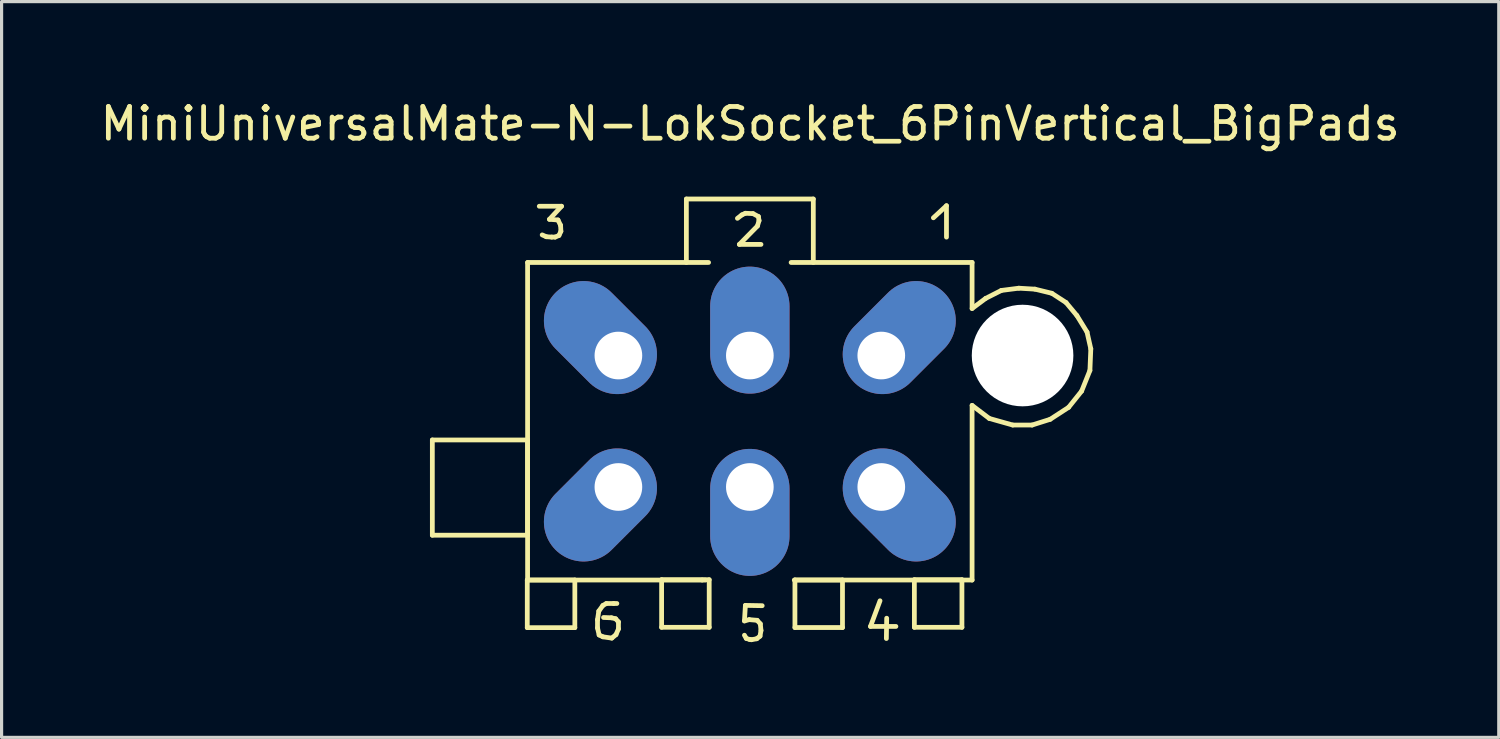
<source format=kicad_pcb>
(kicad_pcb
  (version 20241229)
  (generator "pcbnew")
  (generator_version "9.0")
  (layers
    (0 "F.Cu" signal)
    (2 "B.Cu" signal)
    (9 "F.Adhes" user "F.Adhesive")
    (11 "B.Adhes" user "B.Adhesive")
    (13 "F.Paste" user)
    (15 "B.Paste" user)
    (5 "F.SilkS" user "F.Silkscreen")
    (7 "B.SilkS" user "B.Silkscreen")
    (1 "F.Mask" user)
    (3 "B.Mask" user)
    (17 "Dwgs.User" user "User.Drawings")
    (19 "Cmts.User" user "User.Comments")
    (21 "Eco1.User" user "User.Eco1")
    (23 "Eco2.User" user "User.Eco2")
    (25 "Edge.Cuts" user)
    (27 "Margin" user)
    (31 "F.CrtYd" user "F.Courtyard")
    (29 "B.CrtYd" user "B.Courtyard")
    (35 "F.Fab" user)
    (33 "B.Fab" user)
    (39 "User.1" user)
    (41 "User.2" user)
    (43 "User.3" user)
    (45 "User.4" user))
  (footprint "MiniUniversalMate-N-LokSocket_6PinVertical_BigPads"
    (layer "F.Cu")
    (at 20.567 10.218)
    (property "Reference" "MiniUniversalMate-N-LokSocket_6PinVertical_BigPads" (at 0.01 -9.37 0) (layer "F.SilkS") (effects (font (size 1 1) (thickness 0.15))))
    (attr through_hole)
    (fp_line (start -10 0.589) (end -7 0.589) (stroke (width 0.15) (type solid)) (layer "F.SilkS"))
    (fp_line (start -10 3.589) (end -10 0.589) (stroke (width 0.15) (type solid)) (layer "F.SilkS"))
    (fp_line (start -7.01 5.001) (end -5.512 5.001) (stroke (width 0.15) (type solid)) (layer "F.SilkS"))
    (fp_line (start -7.01 6.5) (end -7.01 5.001) (stroke (width 0.15) (type solid)) (layer "F.SilkS"))
    (fp_line (start -7 0.589) (end -7 3.589) (stroke (width 0.15) (type solid)) (layer "F.SilkS"))
    (fp_line (start -7 3.589) (end -10 3.589) (stroke (width 0.15) (type solid)) (layer "F.SilkS"))
    (fp_line (start -7 5.001) (end -7 -5.001) (stroke (width 0.15) (type solid)) (layer "F.SilkS"))
    (fp_line (start -7 5.001) (end -1.501 5.001) (stroke (width 0.15) (type solid)) (layer "F.SilkS"))
    (fp_line (start -6.632 -6.772) (end -5.931 -6.772) (stroke (width 0.15) (type solid)) (layer "F.SilkS"))
    (fp_line (start -6.411 -5.812) (end -6.54 -5.87) (stroke (width 0.15) (type solid)) (layer "F.SilkS"))
    (fp_line (start -6.312 -6.36) (end -6.043 -6.34) (stroke (width 0.15) (type solid)) (layer "F.SilkS"))
    (fp_line (start -6.241 -5.801) (end -6.411 -5.812) (stroke (width 0.15) (type solid)) (layer "F.SilkS"))
    (fp_line (start -6.132 -5.801) (end -6.241 -5.801) (stroke (width 0.15) (type solid)) (layer "F.SilkS"))
    (fp_line (start -6.043 -6.34) (end -5.961 -6.172) (stroke (width 0.15) (type solid)) (layer "F.SilkS"))
    (fp_line (start -6.012 -5.852) (end -6.132 -5.801) (stroke (width 0.15) (type solid)) (layer "F.SilkS"))
    (fp_line (start -5.961 -6.172) (end -5.951 -5.982) (stroke (width 0.15) (type solid)) (layer "F.SilkS"))
    (fp_line (start -5.951 -5.982) (end -6.012 -5.852) (stroke (width 0.15) (type solid)) (layer "F.SilkS"))
    (fp_line (start -5.931 -6.772) (end -6.312 -6.36) (stroke (width 0.15) (type solid)) (layer "F.SilkS"))
    (fp_line (start -5.512 5.001) (end -5.512 6.5) (stroke (width 0.15) (type solid)) (layer "F.SilkS"))
    (fp_line (start -5.512 6.5) (end -7.01 6.5) (stroke (width 0.15) (type solid)) (layer "F.SilkS"))
    (fp_line (start -4.798 6.251) (end -4.798 6.51) (stroke (width 0.15) (type solid)) (layer "F.SilkS"))
    (fp_line (start -4.798 6.51) (end -4.747 6.731) (stroke (width 0.15) (type solid)) (layer "F.SilkS"))
    (fp_line (start -4.757 5.979) (end -4.798 6.251) (stroke (width 0.15) (type solid)) (layer "F.SilkS"))
    (fp_line (start -4.747 6.731) (end -4.628 6.789) (stroke (width 0.15) (type solid)) (layer "F.SilkS"))
    (fp_line (start -4.628 5.801) (end -4.757 5.979) (stroke (width 0.15) (type solid)) (layer "F.SilkS"))
    (fp_line (start -4.628 6.789) (end -4.348 6.83) (stroke (width 0.15) (type solid)) (layer "F.SilkS"))
    (fp_line (start -4.519 5.74) (end -4.628 5.801) (stroke (width 0.15) (type solid)) (layer "F.SilkS"))
    (fp_line (start -4.359 6.19) (end -4.608 6.18) (stroke (width 0.15) (type solid)) (layer "F.SilkS"))
    (fp_line (start -4.348 6.83) (end -4.216 6.721) (stroke (width 0.15) (type solid)) (layer "F.SilkS"))
    (fp_line (start -4.288 5.74) (end -4.519 5.74) (stroke (width 0.15) (type solid)) (layer "F.SilkS"))
    (fp_line (start -4.227 6.22) (end -4.359 6.19) (stroke (width 0.15) (type solid)) (layer "F.SilkS"))
    (fp_line (start -4.216 6.721) (end -4.138 6.54) (stroke (width 0.15) (type solid)) (layer "F.SilkS"))
    (fp_line (start -4.188 5.74) (end -4.288 5.74) (stroke (width 0.15) (type solid)) (layer "F.SilkS"))
    (fp_line (start -4.138 6.32) (end -4.227 6.22) (stroke (width 0.15) (type solid)) (layer "F.SilkS"))
    (fp_line (start -4.138 6.54) (end -4.138 6.32) (stroke (width 0.15) (type solid)) (layer "F.SilkS"))
    (fp_line (start -2.779 4.991) (end -1.28 4.991) (stroke (width 0.15) (type solid)) (layer "F.SilkS"))
    (fp_line (start -2.779 6.49) (end -2.779 4.991) (stroke (width 0.15) (type solid)) (layer "F.SilkS"))
    (fp_line (start -1.999 -7) (end -1.999 -5.001) (stroke (width 0.15) (type solid)) (layer "F.SilkS"))
    (fp_line (start -1.501 5.001) (end -1.4 5.001) (stroke (width 0.15) (type solid)) (layer "F.SilkS"))
    (fp_line (start -1.3 -5.001) (end -7 -5.001) (stroke (width 0.15) (type solid)) (layer "F.SilkS"))
    (fp_line (start -1.28 4.991) (end -1.28 6.49) (stroke (width 0.15) (type solid)) (layer "F.SilkS"))
    (fp_line (start -1.28 6.49) (end -2.779 6.49) (stroke (width 0.15) (type solid)) (layer "F.SilkS"))
    (fp_line (start -0.391 -6.391) (end -0.251 -6.5) (stroke (width 0.15) (type solid)) (layer "F.SilkS"))
    (fp_line (start -0.33 -5.57) (end 0.351 -5.57) (stroke (width 0.15) (type solid)) (layer "F.SilkS"))
    (fp_line (start -0.251 -6.5) (end -0.14 -6.551) (stroke (width 0.15) (type solid)) (layer "F.SilkS"))
    (fp_line (start -0.17 6.289) (end -0.02 6.248) (stroke (width 0.15) (type solid)) (layer "F.SilkS"))
    (fp_line (start -0.14 -6.551) (end 0.099 -6.54) (stroke (width 0.15) (type solid)) (layer "F.SilkS"))
    (fp_line (start -0.14 5.799) (end -0.17 6.289) (stroke (width 0.15) (type solid)) (layer "F.SilkS"))
    (fp_line (start -0.112 6.84) (end -0.17 6.739) (stroke (width 0.15) (type solid)) (layer "F.SilkS"))
    (fp_line (start -0.02 6.248) (end 0.229 6.269) (stroke (width 0.15) (type solid)) (layer "F.SilkS"))
    (fp_line (start -0.01 6.871) (end -0.112 6.84) (stroke (width 0.15) (type solid)) (layer "F.SilkS"))
    (fp_line (start 0.048 6.881) (end -0.01 6.871) (stroke (width 0.15) (type solid)) (layer "F.SilkS"))
    (fp_line (start 0.099 -6.54) (end 0.269 -6.449) (stroke (width 0.15) (type solid)) (layer "F.SilkS"))
    (fp_line (start 0.218 6.85) (end 0.048 6.881) (stroke (width 0.15) (type solid)) (layer "F.SilkS"))
    (fp_line (start 0.229 6.269) (end 0.33 6.38) (stroke (width 0.15) (type solid)) (layer "F.SilkS"))
    (fp_line (start 0.239 -6.149) (end -0.33 -5.57) (stroke (width 0.15) (type solid)) (layer "F.SilkS"))
    (fp_line (start 0.269 -6.449) (end 0.29 -6.32) (stroke (width 0.15) (type solid)) (layer "F.SilkS"))
    (fp_line (start 0.29 -6.32) (end 0.239 -6.149) (stroke (width 0.15) (type solid)) (layer "F.SilkS"))
    (fp_line (start 0.32 6.769) (end 0.218 6.85) (stroke (width 0.15) (type solid)) (layer "F.SilkS"))
    (fp_line (start 0.33 6.38) (end 0.351 6.589) (stroke (width 0.15) (type solid)) (layer "F.SilkS"))
    (fp_line (start 0.351 6.589) (end 0.32 6.769) (stroke (width 0.15) (type solid)) (layer "F.SilkS"))
    (fp_line (start 0.389 5.809) (end -0.14 5.799) (stroke (width 0.15) (type solid)) (layer "F.SilkS"))
    (fp_line (start 1.4 5.001) (end 7 5.001) (stroke (width 0.15) (type solid)) (layer "F.SilkS"))
    (fp_line (start 1.42 4.999) (end 2.918 4.999) (stroke (width 0.15) (type solid)) (layer "F.SilkS"))
    (fp_line (start 1.42 6.497) (end 1.42 4.999) (stroke (width 0.15) (type solid)) (layer "F.SilkS"))
    (fp_line (start 1.999 -7) (end -1.999 -7) (stroke (width 0.15) (type solid)) (layer "F.SilkS"))
    (fp_line (start 1.999 -5.001) (end 1.999 -7) (stroke (width 0.15) (type solid)) (layer "F.SilkS"))
    (fp_line (start 2.918 4.999) (end 2.918 6.497) (stroke (width 0.15) (type solid)) (layer "F.SilkS"))
    (fp_line (start 2.918 6.497) (end 1.42 6.497) (stroke (width 0.15) (type solid)) (layer "F.SilkS"))
    (fp_line (start 3.8 6.462) (end 4.6 6.462) (stroke (width 0.15) (type solid)) (layer "F.SilkS"))
    (fp_line (start 4.1 5.654) (end 3.8 6.462) (stroke (width 0.15) (type solid)) (layer "F.SilkS"))
    (fp_line (start 4.3 6.843) (end 4.31 6.203) (stroke (width 0.15) (type solid)) (layer "F.SilkS"))
    (fp_line (start 5.182 4.991) (end 6.68 4.991) (stroke (width 0.15) (type solid)) (layer "F.SilkS"))
    (fp_line (start 5.182 6.49) (end 5.182 4.991) (stroke (width 0.15) (type solid)) (layer "F.SilkS"))
    (fp_line (start 5.781 -6.408) (end 6.193 -6.789) (stroke (width 0.15) (type solid)) (layer "F.SilkS"))
    (fp_line (start 6.193 -6.789) (end 6.193 -5.799) (stroke (width 0.15) (type solid)) (layer "F.SilkS"))
    (fp_line (start 6.68 4.991) (end 6.68 6.49) (stroke (width 0.15) (type solid)) (layer "F.SilkS"))
    (fp_line (start 6.68 6.49) (end 5.182 6.49) (stroke (width 0.15) (type solid)) (layer "F.SilkS"))
    (fp_line (start 7 -5.001) (end 1.3 -5.001) (stroke (width 0.15) (type solid)) (layer "F.SilkS"))
    (fp_line (start 7 -5.001) (end 7 -3.551) (stroke (width 0.15) (type solid)) (layer "F.SilkS"))
    (fp_line (start 7 -0.5) (end 7.541 -0.089) (stroke (width 0.15) (type solid)) (layer "F.SilkS"))
    (fp_line (start 7 5.001) (end 7 -0.5) (stroke (width 0.15) (type solid)) (layer "F.SilkS"))
    (fp_line (start 7.429 -3.871) (end 7 -3.551) (stroke (width 0.15) (type solid)) (layer "F.SilkS"))
    (fp_line (start 7.541 -0.089) (end 8.28 0.119) (stroke (width 0.15) (type solid)) (layer "F.SilkS"))
    (fp_line (start 7.92 -4.12) (end 7.429 -3.871) (stroke (width 0.15) (type solid)) (layer "F.SilkS"))
    (fp_line (start 8.28 0.119) (end 8.89 0.119) (stroke (width 0.15) (type solid)) (layer "F.SilkS"))
    (fp_line (start 8.471 -4.191) (end 7.92 -4.12) (stroke (width 0.15) (type solid)) (layer "F.SilkS"))
    (fp_line (start 8.89 0.119) (end 9.459 -0.061) (stroke (width 0.15) (type solid)) (layer "F.SilkS"))
    (fp_line (start 8.979 -4.161) (end 8.471 -4.191) (stroke (width 0.15) (type solid)) (layer "F.SilkS"))
    (fp_line (start 9.459 -0.061) (end 10.041 -0.439) (stroke (width 0.15) (type solid)) (layer "F.SilkS"))
    (fp_line (start 9.51 -4.031) (end 8.979 -4.161) (stroke (width 0.15) (type solid)) (layer "F.SilkS"))
    (fp_line (start 9.959 -3.739) (end 9.51 -4.031) (stroke (width 0.15) (type solid)) (layer "F.SilkS"))
    (fp_line (start 10.041 -0.439) (end 10.45 -0.95) (stroke (width 0.15) (type solid)) (layer "F.SilkS"))
    (fp_line (start 10.3 -3.33) (end 9.959 -3.739) (stroke (width 0.15) (type solid)) (layer "F.SilkS"))
    (fp_line (start 10.45 -0.95) (end 10.711 -1.6) (stroke (width 0.15) (type solid)) (layer "F.SilkS"))
    (fp_line (start 10.62 -2.809) (end 10.3 -3.33) (stroke (width 0.15) (type solid)) (layer "F.SilkS"))
    (fp_line (start 10.711 -1.6) (end 10.739 -2.281) (stroke (width 0.15) (type solid)) (layer "F.SilkS"))
    (fp_line (start 10.739 -2.281) (end 10.62 -2.809) (stroke (width 0.15) (type solid)) (layer "F.SilkS"))
    (pad "" np_thru_hole circle (at 8.59 -2.07) (size 3.2 3.2) (drill 3.2) (layers "*.Cu" "*.Mask"))
    (pad "1" thru_hole oval (at 4.14 -2.07 45) (size 4 2.499) (drill 1.501 (offset 0.8 0)) (layers "*.Cu" "*.Mask"))
    (pad "2" thru_hole oval (at 0 -2.07 90) (size 4 2.499) (drill 1.501 (offset 0.8 0)) (layers "*.Cu" "*.Mask"))
    (pad "3" thru_hole oval (at -4.14 -2.07 315) (size 4 2.499) (drill 1.501 (offset -0.8 0)) (layers "*.Cu" "*.Mask"))
    (pad "4" thru_hole oval (at 4.14 2.07 315) (size 4 2.499) (drill 1.501 (offset 0.8 0)) (layers "*.Cu" "*.Mask"))
    (pad "5" thru_hole oval (at 0 2.07 90) (size 4 2.499) (drill 1.501 (offset -0.8 0)) (layers "*.Cu" "*.Mask"))
    (pad "6" thru_hole oval (at -4.14 2.07 45) (size 4 2.499) (drill 1.501 (offset -0.8 0)) (layers "*.Cu" "*.Mask")))
  (gr_rect
    (start -3 -3)
    (end 44.155 20.174)
    (stroke (width 0.1) (type default))
    (fill no)
    (layer "Edge.Cuts")))
</source>
